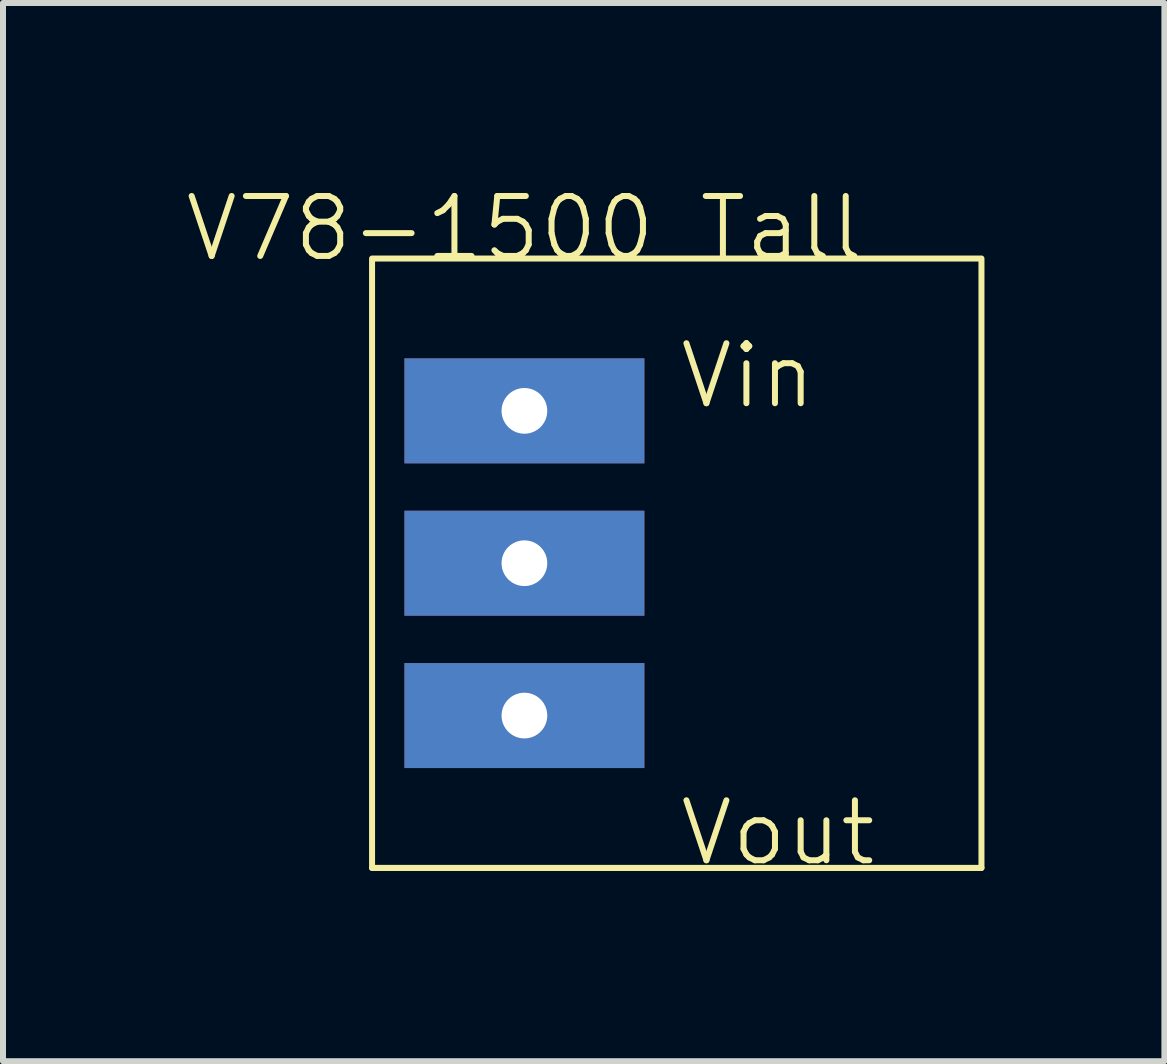
<source format=kicad_pcb>
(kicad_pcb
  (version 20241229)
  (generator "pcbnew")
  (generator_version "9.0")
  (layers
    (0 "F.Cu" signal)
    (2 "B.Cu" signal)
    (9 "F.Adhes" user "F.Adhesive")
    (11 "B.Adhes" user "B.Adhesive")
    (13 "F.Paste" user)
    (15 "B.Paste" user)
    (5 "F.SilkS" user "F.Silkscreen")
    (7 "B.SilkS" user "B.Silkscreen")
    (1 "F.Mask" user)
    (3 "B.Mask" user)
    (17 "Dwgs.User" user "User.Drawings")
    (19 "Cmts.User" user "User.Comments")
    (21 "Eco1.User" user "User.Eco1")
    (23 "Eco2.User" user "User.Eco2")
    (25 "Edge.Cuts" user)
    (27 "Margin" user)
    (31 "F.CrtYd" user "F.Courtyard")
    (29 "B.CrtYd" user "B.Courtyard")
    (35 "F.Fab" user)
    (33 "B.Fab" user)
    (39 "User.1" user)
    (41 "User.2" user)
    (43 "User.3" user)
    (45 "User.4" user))
  (footprint "V78-1500 Tall"
    (layer "F.Cu")
    (at 5.693 1.26)
    (property "Reference" "V78-1500 Tall" (at 0 -0.5 0) (unlocked yes) (layer "F.SilkS") (effects (font (size 1 1) (thickness 0.1))))
    (attr through_hole)
    (fp_rect (start -2.54 0) (end 7.62 10.16) (stroke (width 0.1) (type default)) (fill no) (layer "F.SilkS"))
    (fp_rect (start -2.54 10.16) (end 7.62 10.16) (stroke (width 0.1) (type default)) (fill no) (layer "F.SilkS"))
    (fp_text user "Vin" (at 2.54 2.54 0) (unlocked yes) (layer "F.SilkS") (effects (font (size 1 1) (thickness 0.1)) (justify left bottom)))
    (fp_text user "Vout" (at 2.54 10.16 0) (unlocked yes) (layer "F.SilkS") (effects (font (size 1 1) (thickness 0.1)) (justify left bottom)))
    (pad "1" thru_hole rect (at 0 2.54) (size 4 1.75) (drill 0.762) (layers "*.Cu" "*.Mask"))
    (pad "2" thru_hole rect (at 0 5.08) (size 4 1.75) (drill 0.762) (layers "*.Cu" "*.Mask"))
    (pad "3" thru_hole rect (at 0 7.62) (size 4 1.75) (drill 0.762) (layers "*.Cu" "*.Mask")))
  (gr_rect
    (start -3 -3)
    (end 16.363 14.642)
    (stroke (width 0.1) (type default))
    (fill no)
    (layer "Edge.Cuts")))
</source>
